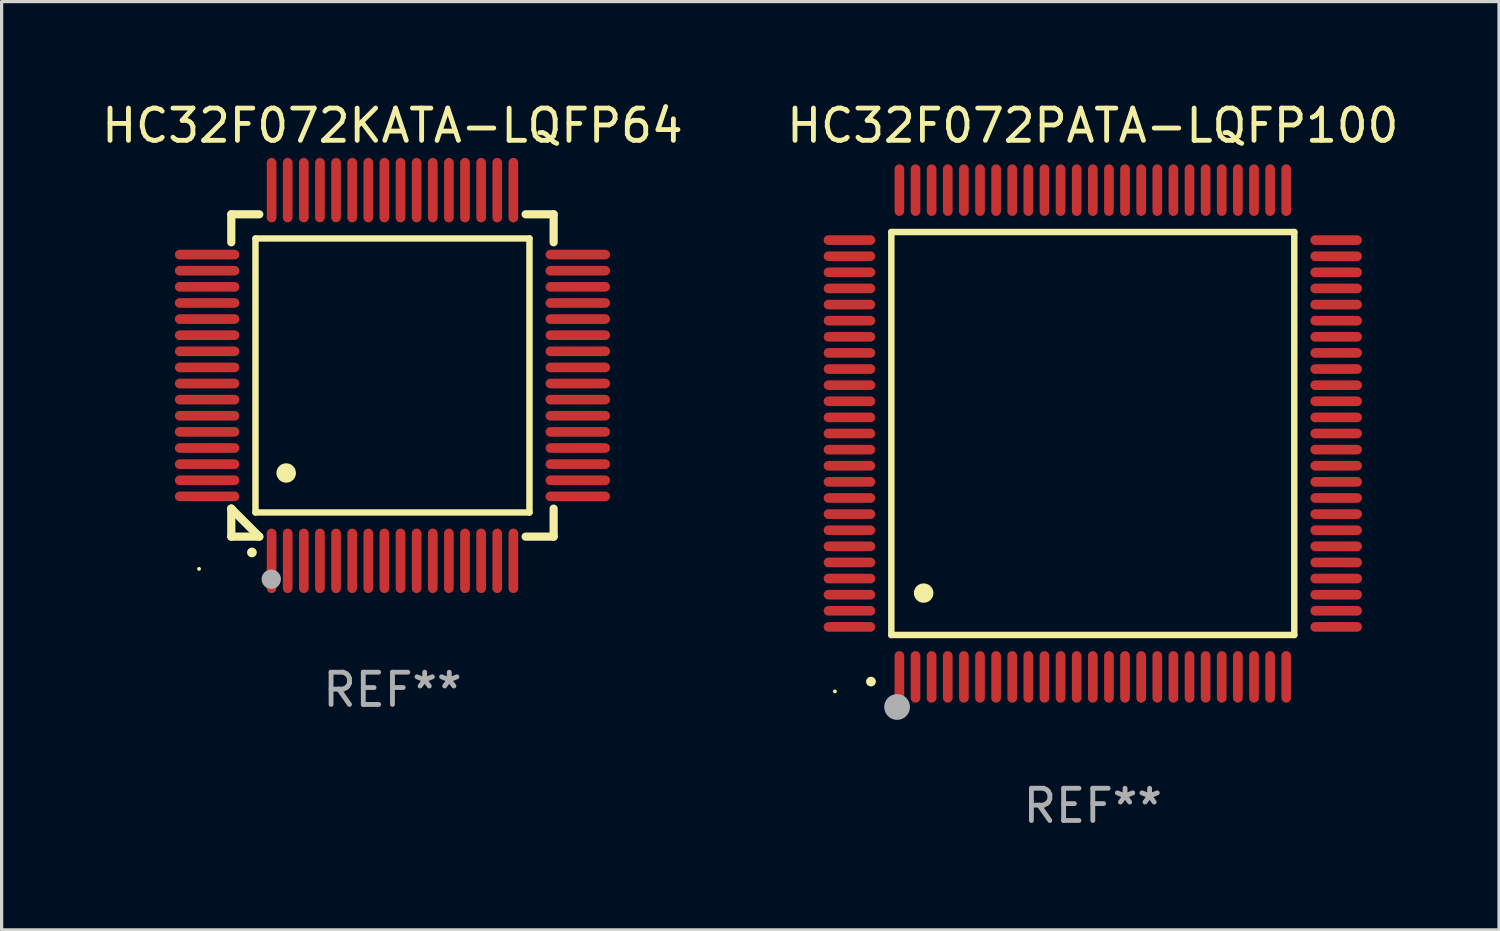
<source format=kicad_pcb>
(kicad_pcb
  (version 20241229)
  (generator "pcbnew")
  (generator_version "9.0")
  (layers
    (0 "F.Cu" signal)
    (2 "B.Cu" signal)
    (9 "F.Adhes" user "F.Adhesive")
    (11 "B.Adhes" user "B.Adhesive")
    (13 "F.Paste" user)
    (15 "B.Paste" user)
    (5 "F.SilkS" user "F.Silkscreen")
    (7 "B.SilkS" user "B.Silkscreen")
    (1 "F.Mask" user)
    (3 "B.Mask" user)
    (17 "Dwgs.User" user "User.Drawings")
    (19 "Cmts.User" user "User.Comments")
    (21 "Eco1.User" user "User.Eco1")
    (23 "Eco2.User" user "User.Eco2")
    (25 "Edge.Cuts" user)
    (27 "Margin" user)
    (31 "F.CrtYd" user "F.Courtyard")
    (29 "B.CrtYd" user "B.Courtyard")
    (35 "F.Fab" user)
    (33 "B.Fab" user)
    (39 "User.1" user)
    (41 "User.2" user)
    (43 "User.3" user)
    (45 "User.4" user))
  (footprint "HC32F072KATA-LQFP64"
    (layer "F.Cu")
    (at 9.125 8.598)
    (property "Reference" "HC32F072KATA-LQFP64" (at 0 -7.75 0) (layer "F.SilkS") (effects (font (size 1 1) (thickness 0.15))))
    (attr through_hole)
    (fp_line (start -5 -5) (end -4.131 -5) (stroke (width 0.254) (type solid)) (layer "F.SilkS"))
    (fp_line (start -5 -4.131) (end -5 -5) (stroke (width 0.254) (type solid)) (layer "F.SilkS"))
    (fp_line (start -5 4.131) (end -5 4.131) (stroke (width 0.254) (type solid)) (layer "F.SilkS"))
    (fp_line (start -5 5) (end -5 4.131) (stroke (width 0.254) (type solid)) (layer "F.SilkS"))
    (fp_line (start -5 4.131) (end -4.131 5) (stroke (width 0.254) (type solid)) (layer "F.SilkS"))
    (fp_line (start -4.25 -4.25) (end -4.25 4.25) (stroke (width 0.2) (type solid)) (layer "F.SilkS"))
    (fp_line (start -4.25 4.25) (end 4.25 4.25) (stroke (width 0.2) (type solid)) (layer "F.SilkS"))
    (fp_line (start -4.131 5) (end -5 5) (stroke (width 0.254) (type solid)) (layer "F.SilkS"))
    (fp_line (start 4.25 -4.25) (end -4.25 -4.25) (stroke (width 0.2) (type solid)) (layer "F.SilkS"))
    (fp_line (start 4.25 4.25) (end 4.25 -4.25) (stroke (width 0.2) (type solid)) (layer "F.SilkS"))
    (fp_line (start 5 -5) (end 4.131 -5) (stroke (width 0.254) (type solid)) (layer "F.SilkS"))
    (fp_line (start 5 -5) (end 5 -4.131) (stroke (width 0.254) (type solid)) (layer "F.SilkS"))
    (fp_line (start 5 4.131) (end 5 5) (stroke (width 0.254) (type solid)) (layer "F.SilkS"))
    (fp_line (start 5 5) (end 4.131 5) (stroke (width 0.254) (type solid)) (layer "F.SilkS"))
    (fp_arc (start -4.361265 5.489992) (mid -4.359995 5.489987) (end -4.358725 5.489992) (stroke (width 0.3) (type solid)) (layer "F.SilkS"))
    (fp_arc (start -3.299467 3.025146) (mid -3.296927 3.025135) (end -3.294387 3.025146) (stroke (width 0.6) (type solid)) (layer "F.SilkS"))
    (fp_circle (center -6 6) (end -5.97 6) (stroke (width 0.06) (type solid)) (fill no) (layer "F.SilkS"))
    (fp_circle (center -3.76 6.32) (end -3.61 6.32) (stroke (width 0.3) (type solid)) (fill no) (layer "F.Fab"))
    (fp_text user "REF**" (at 0 9.75 0) (layer "F.Fab") (effects (font (size 1 1) (thickness 0.15))))
    (pad "1" smd oval (at -3.75 5.75) (size 0.3 2) (layers "F.Cu" "F.Mask" "F.Paste"))
    (pad "2" smd oval (at -3.25 5.75) (size 0.3 2) (layers "F.Cu" "F.Mask" "F.Paste"))
    (pad "3" smd oval (at -2.75 5.75) (size 0.3 2) (layers "F.Cu" "F.Mask" "F.Paste"))
    (pad "4" smd oval (at -2.25 5.75) (size 0.3 2) (layers "F.Cu" "F.Mask" "F.Paste"))
    (pad "5" smd oval (at -1.75 5.75) (size 0.3 2) (layers "F.Cu" "F.Mask" "F.Paste"))
    (pad "6" smd oval (at -1.25 5.75) (size 0.3 2) (layers "F.Cu" "F.Mask" "F.Paste"))
    (pad "7" smd oval (at -0.75 5.75) (size 0.3 2) (layers "F.Cu" "F.Mask" "F.Paste"))
    (pad "8" smd oval (at -0.25 5.75) (size 0.3 2) (layers "F.Cu" "F.Mask" "F.Paste"))
    (pad "9" smd oval (at 0.25 5.75) (size 0.3 2) (layers "F.Cu" "F.Mask" "F.Paste"))
    (pad "10" smd oval (at 0.75 5.75) (size 0.3 2) (layers "F.Cu" "F.Mask" "F.Paste"))
    (pad "11" smd oval (at 1.25 5.75) (size 0.3 2) (layers "F.Cu" "F.Mask" "F.Paste"))
    (pad "12" smd oval (at 1.75 5.75) (size 0.3 2) (layers "F.Cu" "F.Mask" "F.Paste"))
    (pad "13" smd oval (at 2.25 5.75) (size 0.3 2) (layers "F.Cu" "F.Mask" "F.Paste"))
    (pad "14" smd oval (at 2.75 5.75) (size 0.3 2) (layers "F.Cu" "F.Mask" "F.Paste"))
    (pad "15" smd oval (at 3.25 5.75) (size 0.3 2) (layers "F.Cu" "F.Mask" "F.Paste"))
    (pad "16" smd oval (at 3.75 5.75) (size 0.3 2) (layers "F.Cu" "F.Mask" "F.Paste"))
    (pad "17" smd oval (at 5.75 3.75) (size 2 0.3) (layers "F.Cu" "F.Mask" "F.Paste"))
    (pad "18" smd oval (at 5.75 3.25) (size 2 0.3) (layers "F.Cu" "F.Mask" "F.Paste"))
    (pad "19" smd oval (at 5.75 2.75) (size 2 0.3) (layers "F.Cu" "F.Mask" "F.Paste"))
    (pad "20" smd oval (at 5.75 2.25) (size 2 0.3) (layers "F.Cu" "F.Mask" "F.Paste"))
    (pad "21" smd oval (at 5.75 1.75) (size 2 0.3) (layers "F.Cu" "F.Mask" "F.Paste"))
    (pad "22" smd oval (at 5.75 1.25) (size 2 0.3) (layers "F.Cu" "F.Mask" "F.Paste"))
    (pad "23" smd oval (at 5.75 0.75) (size 2 0.3) (layers "F.Cu" "F.Mask" "F.Paste"))
    (pad "24" smd oval (at 5.75 0.25) (size 2 0.3) (layers "F.Cu" "F.Mask" "F.Paste"))
    (pad "25" smd oval (at 5.75 -0.25) (size 2 0.3) (layers "F.Cu" "F.Mask" "F.Paste"))
    (pad "26" smd oval (at 5.75 -0.75) (size 2 0.3) (layers "F.Cu" "F.Mask" "F.Paste"))
    (pad "27" smd oval (at 5.75 -1.25) (size 2 0.3) (layers "F.Cu" "F.Mask" "F.Paste"))
    (pad "28" smd oval (at 5.75 -1.75) (size 2 0.3) (layers "F.Cu" "F.Mask" "F.Paste"))
    (pad "29" smd oval (at 5.75 -2.25) (size 2 0.3) (layers "F.Cu" "F.Mask" "F.Paste"))
    (pad "30" smd oval (at 5.75 -2.75) (size 2 0.3) (layers "F.Cu" "F.Mask" "F.Paste"))
    (pad "31" smd oval (at 5.75 -3.25) (size 2 0.3) (layers "F.Cu" "F.Mask" "F.Paste"))
    (pad "32" smd oval (at 5.75 -3.75) (size 2 0.3) (layers "F.Cu" "F.Mask" "F.Paste"))
    (pad "33" smd oval (at 3.75 -5.75) (size 0.3 2) (layers "F.Cu" "F.Mask" "F.Paste"))
    (pad "34" smd oval (at 3.25 -5.75) (size 0.3 2) (layers "F.Cu" "F.Mask" "F.Paste"))
    (pad "35" smd oval (at 2.75 -5.75) (size 0.3 2) (layers "F.Cu" "F.Mask" "F.Paste"))
    (pad "36" smd oval (at 2.25 -5.75) (size 0.3 2) (layers "F.Cu" "F.Mask" "F.Paste"))
    (pad "37" smd oval (at 1.75 -5.75) (size 0.3 2) (layers "F.Cu" "F.Mask" "F.Paste"))
    (pad "38" smd oval (at 1.25 -5.75) (size 0.3 2) (layers "F.Cu" "F.Mask" "F.Paste"))
    (pad "39" smd oval (at 0.75 -5.75) (size 0.3 2) (layers "F.Cu" "F.Mask" "F.Paste"))
    (pad "40" smd oval (at 0.25 -5.75) (size 0.3 2) (layers "F.Cu" "F.Mask" "F.Paste"))
    (pad "41" smd oval (at -0.25 -5.75) (size 0.3 2) (layers "F.Cu" "F.Mask" "F.Paste"))
    (pad "42" smd oval (at -0.75 -5.75) (size 0.3 2) (layers "F.Cu" "F.Mask" "F.Paste"))
    (pad "43" smd oval (at -1.25 -5.75) (size 0.3 2) (layers "F.Cu" "F.Mask" "F.Paste"))
    (pad "44" smd oval (at -1.75 -5.75) (size 0.3 2) (layers "F.Cu" "F.Mask" "F.Paste"))
    (pad "45" smd oval (at -2.25 -5.75) (size 0.3 2) (layers "F.Cu" "F.Mask" "F.Paste"))
    (pad "46" smd oval (at -2.75 -5.75) (size 0.3 2) (layers "F.Cu" "F.Mask" "F.Paste"))
    (pad "47" smd oval (at -3.25 -5.75) (size 0.3 2) (layers "F.Cu" "F.Mask" "F.Paste"))
    (pad "48" smd oval (at -3.75 -5.75) (size 0.3 2) (layers "F.Cu" "F.Mask" "F.Paste"))
    (pad "49" smd oval (at -5.75 -3.75) (size 2 0.3) (layers "F.Cu" "F.Mask" "F.Paste"))
    (pad "50" smd oval (at -5.75 -3.25) (size 2 0.3) (layers "F.Cu" "F.Mask" "F.Paste"))
    (pad "51" smd oval (at -5.75 -2.75) (size 2 0.3) (layers "F.Cu" "F.Mask" "F.Paste"))
    (pad "52" smd oval (at -5.75 -2.25) (size 2 0.3) (layers "F.Cu" "F.Mask" "F.Paste"))
    (pad "53" smd oval (at -5.75 -1.75) (size 2 0.3) (layers "F.Cu" "F.Mask" "F.Paste"))
    (pad "54" smd oval (at -5.75 -1.25) (size 2 0.3) (layers "F.Cu" "F.Mask" "F.Paste"))
    (pad "55" smd oval (at -5.75 -0.75) (size 2 0.3) (layers "F.Cu" "F.Mask" "F.Paste"))
    (pad "56" smd oval (at -5.75 -0.25) (size 2 0.3) (layers "F.Cu" "F.Mask" "F.Paste"))
    (pad "57" smd oval (at -5.75 0.25) (size 2 0.3) (layers "F.Cu" "F.Mask" "F.Paste"))
    (pad "58" smd oval (at -5.75 0.75) (size 2 0.3) (layers "F.Cu" "F.Mask" "F.Paste"))
    (pad "59" smd oval (at -5.75 1.25) (size 2 0.3) (layers "F.Cu" "F.Mask" "F.Paste"))
    (pad "60" smd oval (at -5.75 1.75) (size 2 0.3) (layers "F.Cu" "F.Mask" "F.Paste"))
    (pad "61" smd oval (at -5.75 2.25) (size 2 0.3) (layers "F.Cu" "F.Mask" "F.Paste"))
    (pad "62" smd oval (at -5.75 2.75) (size 2 0.3) (layers "F.Cu" "F.Mask" "F.Paste"))
    (pad "63" smd oval (at -5.75 3.25) (size 2 0.3) (layers "F.Cu" "F.Mask" "F.Paste"))
    (pad "64" smd oval (at -5.75 3.75) (size 2 0.3) (layers "F.Cu" "F.Mask" "F.Paste")))
  (footprint "HC32F072PATA-LQFP100"
    (layer "F.Cu")
    (at 30.851 10.398)
    (property "Reference" "HC32F072PATA-LQFP100" (at 0 -9.55 0) (layer "F.SilkS") (effects (font (size 1 1) (thickness 0.15))))
    (attr through_hole)
    (fp_line (start -6.25 -6.25) (end -6.25 6.25) (stroke (width 0.2) (type solid)) (layer "F.SilkS"))
    (fp_line (start -6.25 6.25) (end 6.25 6.25) (stroke (width 0.2) (type solid)) (layer "F.SilkS"))
    (fp_line (start 6.25 -6.25) (end -6.25 -6.25) (stroke (width 0.2) (type solid)) (layer "F.SilkS"))
    (fp_line (start 6.25 6.25) (end 6.25 -6.25) (stroke (width 0.2) (type solid)) (layer "F.SilkS"))
    (fp_arc (start -6.883414 7.696215) (mid -6.882144 7.69621) (end -6.880874 7.696215) (stroke (width 0.3) (type solid)) (layer "F.SilkS"))
    (fp_arc (start -5.250191 4.95047) (mid -5.247651 4.950459) (end -5.245111 4.95047) (stroke (width 0.6) (type solid)) (layer "F.SilkS"))
    (fp_circle (center -8 8) (end -7.97 8) (stroke (width 0.06) (type solid)) (fill no) (layer "F.SilkS"))
    (fp_circle (center -6.071 8.484) (end -5.871 8.484) (stroke (width 0.4) (type solid)) (fill no) (layer "F.Fab"))
    (fp_text user "REF**" (at 0 11.55 0) (layer "F.Fab") (effects (font (size 1 1) (thickness 0.15))))
    (pad "1" smd oval (at -6 7.55) (size 0.3 1.6) (layers "F.Cu" "F.Mask" "F.Paste"))
    (pad "2" smd oval (at -5.5 7.55) (size 0.3 1.6) (layers "F.Cu" "F.Mask" "F.Paste"))
    (pad "3" smd oval (at -5 7.55) (size 0.3 1.6) (layers "F.Cu" "F.Mask" "F.Paste"))
    (pad "4" smd oval (at -4.5 7.55) (size 0.3 1.6) (layers "F.Cu" "F.Mask" "F.Paste"))
    (pad "5" smd oval (at -4 7.55) (size 0.3 1.6) (layers "F.Cu" "F.Mask" "F.Paste"))
    (pad "6" smd oval (at -3.5 7.55) (size 0.3 1.6) (layers "F.Cu" "F.Mask" "F.Paste"))
    (pad "7" smd oval (at -3 7.55) (size 0.3 1.6) (layers "F.Cu" "F.Mask" "F.Paste"))
    (pad "8" smd oval (at -2.5 7.55) (size 0.3 1.6) (layers "F.Cu" "F.Mask" "F.Paste"))
    (pad "9" smd oval (at -2 7.55) (size 0.3 1.6) (layers "F.Cu" "F.Mask" "F.Paste"))
    (pad "10" smd oval (at -1.5 7.55) (size 0.3 1.6) (layers "F.Cu" "F.Mask" "F.Paste"))
    (pad "11" smd oval (at -1 7.55) (size 0.3 1.6) (layers "F.Cu" "F.Mask" "F.Paste"))
    (pad "12" smd oval (at -0.5 7.55) (size 0.3 1.6) (layers "F.Cu" "F.Mask" "F.Paste"))
    (pad "13" smd oval (at 0 7.55) (size 0.3 1.6) (layers "F.Cu" "F.Mask" "F.Paste"))
    (pad "14" smd oval (at 0.5 7.55) (size 0.3 1.6) (layers "F.Cu" "F.Mask" "F.Paste"))
    (pad "15" smd oval (at 1 7.55) (size 0.3 1.6) (layers "F.Cu" "F.Mask" "F.Paste"))
    (pad "16" smd oval (at 1.5 7.55) (size 0.3 1.6) (layers "F.Cu" "F.Mask" "F.Paste"))
    (pad "17" smd oval (at 2 7.55) (size 0.3 1.6) (layers "F.Cu" "F.Mask" "F.Paste"))
    (pad "18" smd oval (at 2.5 7.55) (size 0.3 1.6) (layers "F.Cu" "F.Mask" "F.Paste"))
    (pad "19" smd oval (at 3 7.55) (size 0.3 1.6) (layers "F.Cu" "F.Mask" "F.Paste"))
    (pad "20" smd oval (at 3.5 7.55) (size 0.3 1.6) (layers "F.Cu" "F.Mask" "F.Paste"))
    (pad "21" smd oval (at 4 7.55) (size 0.3 1.6) (layers "F.Cu" "F.Mask" "F.Paste"))
    (pad "22" smd oval (at 4.5 7.55) (size 0.3 1.6) (layers "F.Cu" "F.Mask" "F.Paste"))
    (pad "23" smd oval (at 5 7.55) (size 0.3 1.6) (layers "F.Cu" "F.Mask" "F.Paste"))
    (pad "24" smd oval (at 5.5 7.55) (size 0.3 1.6) (layers "F.Cu" "F.Mask" "F.Paste"))
    (pad "25" smd oval (at 6 7.55) (size 0.3 1.6) (layers "F.Cu" "F.Mask" "F.Paste"))
    (pad "26" smd oval (at 7.55 6) (size 1.6 0.3) (layers "F.Cu" "F.Mask" "F.Paste"))
    (pad "27" smd oval (at 7.55 5.5) (size 1.6 0.3) (layers "F.Cu" "F.Mask" "F.Paste"))
    (pad "28" smd oval (at 7.55 5) (size 1.6 0.3) (layers "F.Cu" "F.Mask" "F.Paste"))
    (pad "29" smd oval (at 7.55 4.5) (size 1.6 0.3) (layers "F.Cu" "F.Mask" "F.Paste"))
    (pad "30" smd oval (at 7.55 4) (size 1.6 0.3) (layers "F.Cu" "F.Mask" "F.Paste"))
    (pad "31" smd oval (at 7.55 3.5) (size 1.6 0.3) (layers "F.Cu" "F.Mask" "F.Paste"))
    (pad "32" smd oval (at 7.55 3) (size 1.6 0.3) (layers "F.Cu" "F.Mask" "F.Paste"))
    (pad "33" smd oval (at 7.55 2.5) (size 1.6 0.3) (layers "F.Cu" "F.Mask" "F.Paste"))
    (pad "34" smd oval (at 7.55 2) (size 1.6 0.3) (layers "F.Cu" "F.Mask" "F.Paste"))
    (pad "35" smd oval (at 7.55 1.5) (size 1.6 0.3) (layers "F.Cu" "F.Mask" "F.Paste"))
    (pad "36" smd oval (at 7.55 1) (size 1.6 0.3) (layers "F.Cu" "F.Mask" "F.Paste"))
    (pad "37" smd oval (at 7.55 0.5) (size 1.6 0.3) (layers "F.Cu" "F.Mask" "F.Paste"))
    (pad "38" smd oval (at 7.55 0) (size 1.6 0.3) (layers "F.Cu" "F.Mask" "F.Paste"))
    (pad "39" smd oval (at 7.55 -0.5) (size 1.6 0.3) (layers "F.Cu" "F.Mask" "F.Paste"))
    (pad "40" smd oval (at 7.55 -1) (size 1.6 0.3) (layers "F.Cu" "F.Mask" "F.Paste"))
    (pad "41" smd oval (at 7.55 -1.5) (size 1.6 0.3) (layers "F.Cu" "F.Mask" "F.Paste"))
    (pad "42" smd oval (at 7.55 -2) (size 1.6 0.3) (layers "F.Cu" "F.Mask" "F.Paste"))
    (pad "43" smd oval (at 7.55 -2.5) (size 1.6 0.3) (layers "F.Cu" "F.Mask" "F.Paste"))
    (pad "44" smd oval (at 7.55 -3) (size 1.6 0.3) (layers "F.Cu" "F.Mask" "F.Paste"))
    (pad "45" smd oval (at 7.55 -3.5) (size 1.6 0.3) (layers "F.Cu" "F.Mask" "F.Paste"))
    (pad "46" smd oval (at 7.55 -4) (size 1.6 0.3) (layers "F.Cu" "F.Mask" "F.Paste"))
    (pad "47" smd oval (at 7.55 -4.5) (size 1.6 0.3) (layers "F.Cu" "F.Mask" "F.Paste"))
    (pad "48" smd oval (at 7.55 -5) (size 1.6 0.3) (layers "F.Cu" "F.Mask" "F.Paste"))
    (pad "49" smd oval (at 7.55 -5.5) (size 1.6 0.3) (layers "F.Cu" "F.Mask" "F.Paste"))
    (pad "50" smd oval (at 7.55 -6) (size 1.6 0.3) (layers "F.Cu" "F.Mask" "F.Paste"))
    (pad "51" smd oval (at 6 -7.55) (size 0.3 1.6) (layers "F.Cu" "F.Mask" "F.Paste"))
    (pad "52" smd oval (at 5.5 -7.55) (size 0.3 1.6) (layers "F.Cu" "F.Mask" "F.Paste"))
    (pad "53" smd oval (at 5 -7.55) (size 0.3 1.6) (layers "F.Cu" "F.Mask" "F.Paste"))
    (pad "54" smd oval (at 4.5 -7.55) (size 0.3 1.6) (layers "F.Cu" "F.Mask" "F.Paste"))
    (pad "55" smd oval (at 4 -7.55) (size 0.3 1.6) (layers "F.Cu" "F.Mask" "F.Paste"))
    (pad "56" smd oval (at 3.5 -7.55) (size 0.3 1.6) (layers "F.Cu" "F.Mask" "F.Paste"))
    (pad "57" smd oval (at 3 -7.55) (size 0.3 1.6) (layers "F.Cu" "F.Mask" "F.Paste"))
    (pad "58" smd oval (at 2.5 -7.55) (size 0.3 1.6) (layers "F.Cu" "F.Mask" "F.Paste"))
    (pad "59" smd oval (at 2 -7.55) (size 0.3 1.6) (layers "F.Cu" "F.Mask" "F.Paste"))
    (pad "60" smd oval (at 1.5 -7.55) (size 0.3 1.6) (layers "F.Cu" "F.Mask" "F.Paste"))
    (pad "61" smd oval (at 1 -7.55) (size 0.3 1.6) (layers "F.Cu" "F.Mask" "F.Paste"))
    (pad "62" smd oval (at 0.5 -7.55) (size 0.3 1.6) (layers "F.Cu" "F.Mask" "F.Paste"))
    (pad "63" smd oval (at 0 -7.55) (size 0.3 1.6) (layers "F.Cu" "F.Mask" "F.Paste"))
    (pad "64" smd oval (at -0.5 -7.55) (size 0.3 1.6) (layers "F.Cu" "F.Mask" "F.Paste"))
    (pad "65" smd oval (at -1 -7.55) (size 0.3 1.6) (layers "F.Cu" "F.Mask" "F.Paste"))
    (pad "66" smd oval (at -1.5 -7.55) (size 0.3 1.6) (layers "F.Cu" "F.Mask" "F.Paste"))
    (pad "67" smd oval (at -2 -7.55) (size 0.3 1.6) (layers "F.Cu" "F.Mask" "F.Paste"))
    (pad "68" smd oval (at -2.5 -7.55) (size 0.3 1.6) (layers "F.Cu" "F.Mask" "F.Paste"))
    (pad "69" smd oval (at -3 -7.55) (size 0.3 1.6) (layers "F.Cu" "F.Mask" "F.Paste"))
    (pad "70" smd oval (at -3.5 -7.55) (size 0.3 1.6) (layers "F.Cu" "F.Mask" "F.Paste"))
    (pad "71" smd oval (at -4 -7.55) (size 0.3 1.6) (layers "F.Cu" "F.Mask" "F.Paste"))
    (pad "72" smd oval (at -4.5 -7.55) (size 0.3 1.6) (layers "F.Cu" "F.Mask" "F.Paste"))
    (pad "73" smd oval (at -5 -7.55) (size 0.3 1.6) (layers "F.Cu" "F.Mask" "F.Paste"))
    (pad "74" smd oval (at -5.5 -7.55) (size 0.3 1.6) (layers "F.Cu" "F.Mask" "F.Paste"))
    (pad "75" smd oval (at -6 -7.55) (size 0.3 1.6) (layers "F.Cu" "F.Mask" "F.Paste"))
    (pad "76" smd oval (at -7.55 -6) (size 1.6 0.3) (layers "F.Cu" "F.Mask" "F.Paste"))
    (pad "77" smd oval (at -7.55 -5.5) (size 1.6 0.3) (layers "F.Cu" "F.Mask" "F.Paste"))
    (pad "78" smd oval (at -7.55 -5) (size 1.6 0.3) (layers "F.Cu" "F.Mask" "F.Paste"))
    (pad "79" smd oval (at -7.55 -4.5) (size 1.6 0.3) (layers "F.Cu" "F.Mask" "F.Paste"))
    (pad "80" smd oval (at -7.55 -4) (size 1.6 0.3) (layers "F.Cu" "F.Mask" "F.Paste"))
    (pad "81" smd oval (at -7.55 -3.5) (size 1.6 0.3) (layers "F.Cu" "F.Mask" "F.Paste"))
    (pad "82" smd oval (at -7.55 -3) (size 1.6 0.3) (layers "F.Cu" "F.Mask" "F.Paste"))
    (pad "83" smd oval (at -7.55 -2.5) (size 1.6 0.3) (layers "F.Cu" "F.Mask" "F.Paste"))
    (pad "84" smd oval (at -7.55 -2) (size 1.6 0.3) (layers "F.Cu" "F.Mask" "F.Paste"))
    (pad "85" smd oval (at -7.55 -1.5) (size 1.6 0.3) (layers "F.Cu" "F.Mask" "F.Paste"))
    (pad "86" smd oval (at -7.55 -1) (size 1.6 0.3) (layers "F.Cu" "F.Mask" "F.Paste"))
    (pad "87" smd oval (at -7.55 -0.5) (size 1.6 0.3) (layers "F.Cu" "F.Mask" "F.Paste"))
    (pad "88" smd oval (at -7.55 0) (size 1.6 0.3) (layers "F.Cu" "F.Mask" "F.Paste"))
    (pad "89" smd oval (at -7.55 0.5) (size 1.6 0.3) (layers "F.Cu" "F.Mask" "F.Paste"))
    (pad "90" smd oval (at -7.55 1) (size 1.6 0.3) (layers "F.Cu" "F.Mask" "F.Paste"))
    (pad "91" smd oval (at -7.55 1.5) (size 1.6 0.3) (layers "F.Cu" "F.Mask" "F.Paste"))
    (pad "92" smd oval (at -7.55 2) (size 1.6 0.3) (layers "F.Cu" "F.Mask" "F.Paste"))
    (pad "93" smd oval (at -7.55 2.5) (size 1.6 0.3) (layers "F.Cu" "F.Mask" "F.Paste"))
    (pad "94" smd oval (at -7.55 3) (size 1.6 0.3) (layers "F.Cu" "F.Mask" "F.Paste"))
    (pad "95" smd oval (at -7.55 3.5) (size 1.6 0.3) (layers "F.Cu" "F.Mask" "F.Paste"))
    (pad "96" smd oval (at -7.55 4) (size 1.6 0.3) (layers "F.Cu" "F.Mask" "F.Paste"))
    (pad "97" smd oval (at -7.55 4.5) (size 1.6 0.3) (layers "F.Cu" "F.Mask" "F.Paste"))
    (pad "98" smd oval (at -7.55 5) (size 1.6 0.3) (layers "F.Cu" "F.Mask" "F.Paste"))
    (pad "99" smd oval (at -7.55 5.5) (size 1.6 0.3) (layers "F.Cu" "F.Mask" "F.Paste"))
    (pad "100" smd oval (at -7.55 6) (size 1.6 0.3) (layers "F.Cu" "F.Mask" "F.Paste")))
  (gr_rect
    (start -3 -3)
    (end 43.452 25.796)
    (stroke (width 0.1) (type default))
    (fill no)
    (layer "Edge.Cuts")))
</source>
